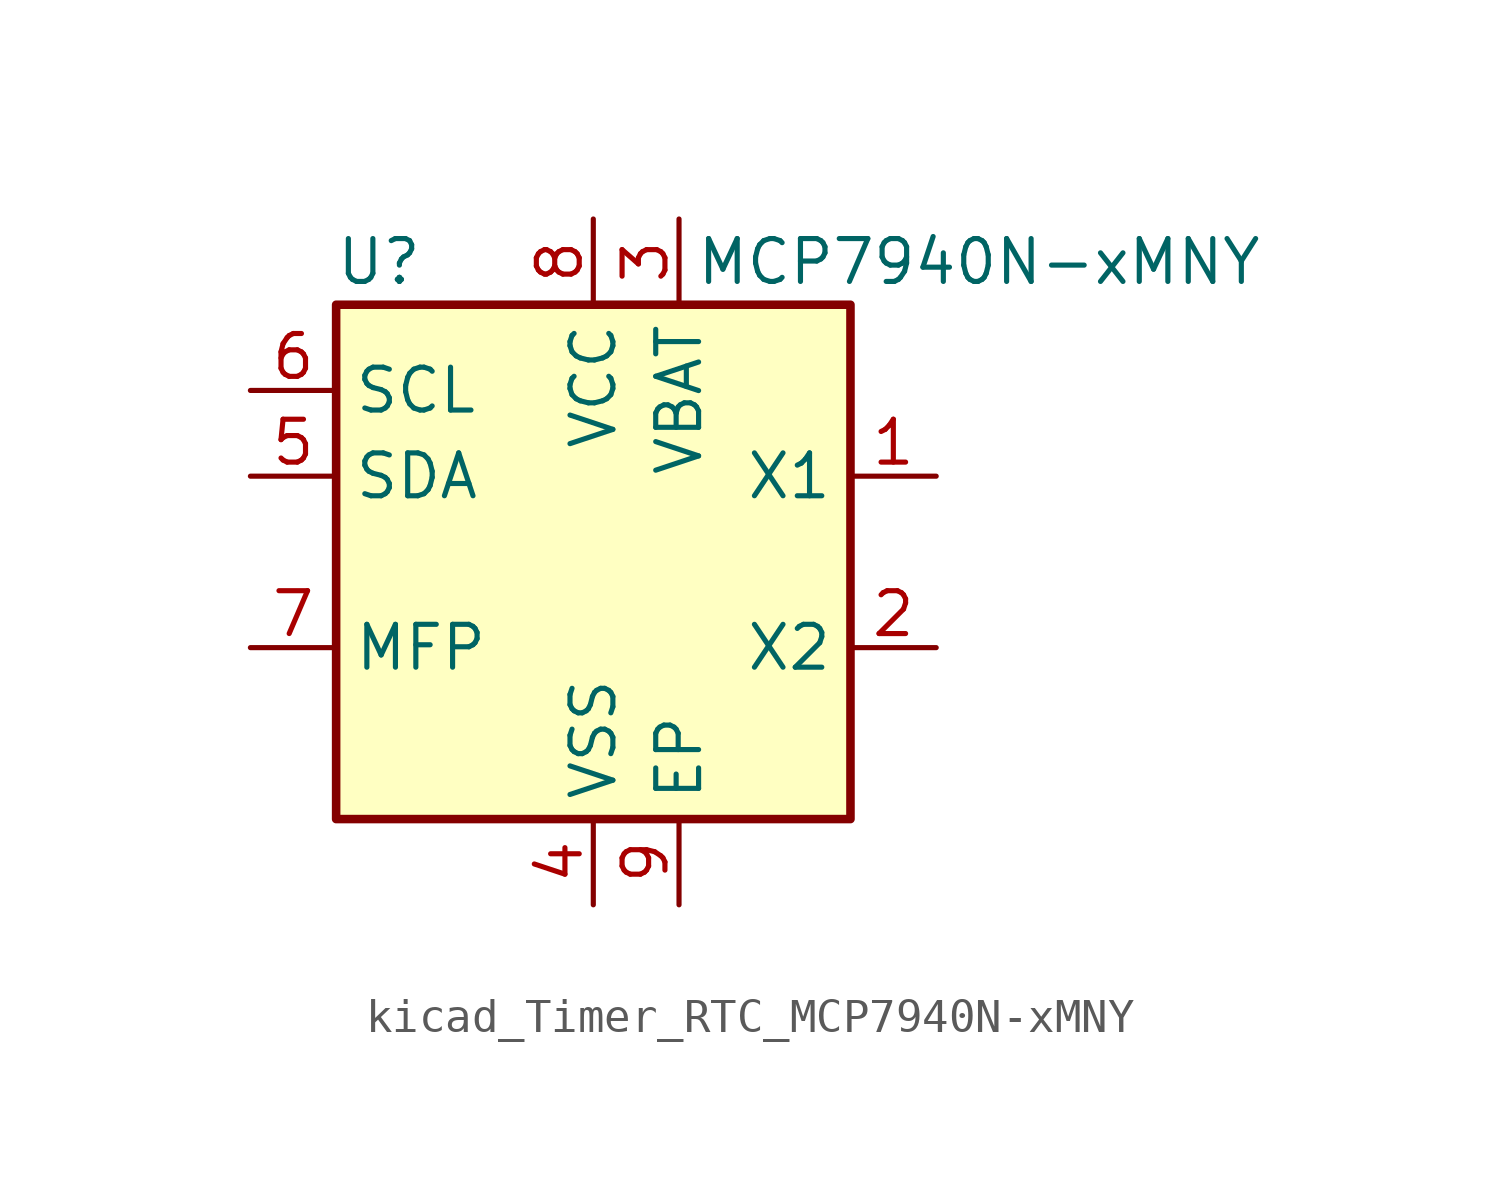
<source format=kicad_sym>
(kicad_symbol_lib
  (version 20220914)
  (generator kicad_symbol_editor)
  (symbol "kicad_Timer_RTC_MCP7940N-xMNY"
    (property "Reference" "U"
      (at -6.35 8.89 0)
      (effects (font (size 1.27 1.27))))
    (property "Value" "MCP7940N-xMNY"
      (at 11.43 8.89 0)
      (effects (font (size 1.27 1.27))))
    (symbol "kicad_Timer_RTC_MCP7940N-xMNY_0_1"
      (rectangle (start -7.62 7.62) (end 7.62 -7.62) (stroke (width 0.254) (type default)) (fill (type background))))
    (symbol "kicad_Timer_RTC_MCP7940N-xMNY_1_1"
      (pin input line (at 10.16 2.54 180) (length 2.54) (name "X1" (effects (font (size 1.27 1.27)))) (number "1" (effects (font (size 1.27 1.27)))))
      (pin output line (at 10.16 -2.54 180) (length 2.54) (name "X2" (effects (font (size 1.27 1.27)))) (number "2" (effects (font (size 1.27 1.27)))))
      (pin power_in line (at 2.54 10.16 270) (length 2.54) (name "VBAT" (effects (font (size 1.27 1.27)))) (number "3" (effects (font (size 1.27 1.27)))))
      (pin power_in line (at 0 -10.16 90) (length 2.54) (name "VSS" (effects (font (size 1.27 1.27)))) (number "4" (effects (font (size 1.27 1.27)))))
      (pin bidirectional line (at -10.16 2.54 0) (length 2.54) (name "SDA" (effects (font (size 1.27 1.27)))) (number "5" (effects (font (size 1.27 1.27)))))
      (pin input line (at -10.16 5.08 0) (length 2.54) (name "SCL" (effects (font (size 1.27 1.27)))) (number "6" (effects (font (size 1.27 1.27)))))
      (pin open_collector line (at -10.16 -2.54 0) (length 2.54) (name "MFP" (effects (font (size 1.27 1.27)))) (number "7" (effects (font (size 1.27 1.27)))))
      (pin power_in line (at 0 10.16 270) (length 2.54) (name "VCC" (effects (font (size 1.27 1.27)))) (number "8" (effects (font (size 1.27 1.27)))))
      (pin power_in line (at 2.54 -10.16 90) (length 2.54) (name "EP" (effects (font (size 1.27 1.27)))) (number "9" (effects (font (size 1.27 1.27))))))))
</source>
